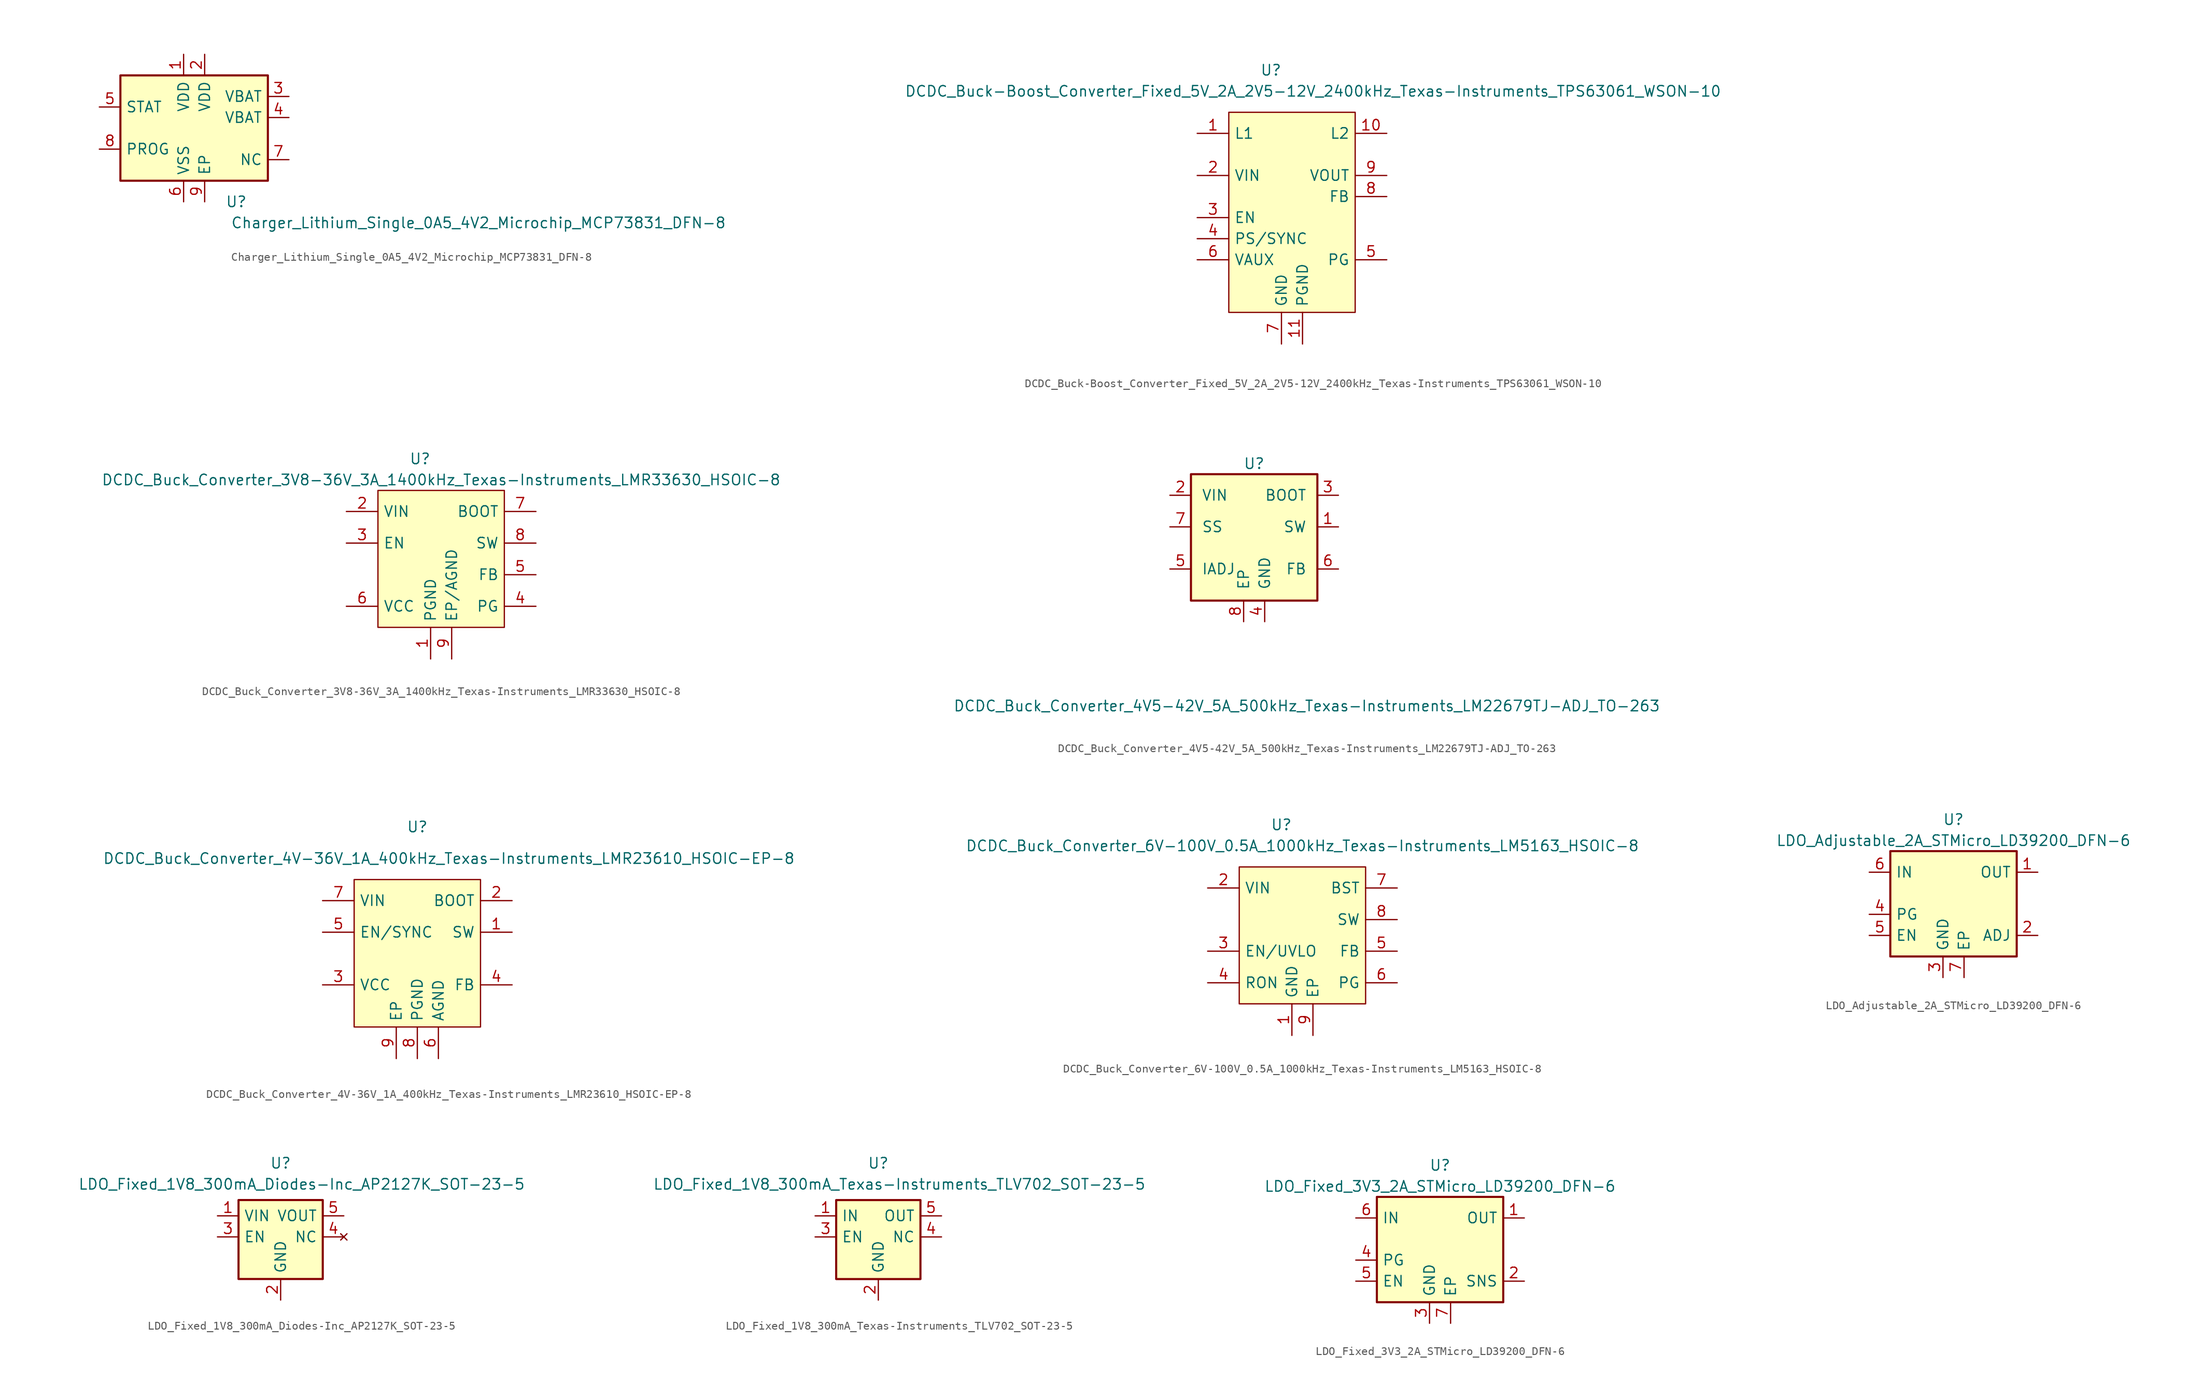
<source format=kicad_sym>
(kicad_symbol_lib
  (version 20211014)
  (generator kicad_symbol_editor)
  (symbol "Charger_Lithium_Single_0A5_4V2_Microchip_MCP73831_DFN-8"
    (pin_names
      (offset 0.635))
    (property "Reference" "U"
      (at 5.08 -8.89 0)
      (effects (font (size 1.27 1.27))))
    (property "Value" "Charger_Lithium_Single_0A5_4V2_Microchip_MCP73831_DFN-8"
      (at 34.29 -11.43 0)
      (effects (font (size 1.27 1.27))))
    (symbol "Charger_Lithium_Single_0A5_4V2_Microchip_MCP73831_DFN-8_0_0"
      (pin passive line (at 1.27 8.89 270) (length 2.54) (name "VDD" (effects (font (size 1.27 1.27)))) (number "2" (effects (font (size 1.27 1.27)))))
      (pin passive line (at 11.43 1.27 180) (length 2.54) (name "VBAT" (effects (font (size 1.27 1.27)))) (number "4" (effects (font (size 1.27 1.27)))))
      (pin passive line (at 11.43 -3.81 180) (length 2.54) (name "NC" (effects (font (size 1.27 1.27)))) (number "7" (effects (font (size 1.27 1.27)))))
      (pin passive line (at 1.27 -8.89 90) (length 2.54) (name "EP" (effects (font (size 1.27 1.27)))) (number "9" (effects (font (size 1.27 1.27))))))
    (symbol "Charger_Lithium_Single_0A5_4V2_Microchip_MCP73831_DFN-8_1_1"
      (rectangle (start -8.89 6.35) (end 8.89 -6.35) (stroke (width 0.254) (type default) (color 0 0 0 0)) (fill (type background)))
      (pin power_in line (at -1.27 8.89 270) (length 2.54) (name "VDD" (effects (font (size 1.27 1.27)))) (number "1" (effects (font (size 1.27 1.27)))))
      (pin power_out line (at 11.43 3.81 180) (length 2.54) (name "VBAT" (effects (font (size 1.27 1.27)))) (number "3" (effects (font (size 1.27 1.27)))))
      (pin output line (at -11.43 2.54 0) (length 2.54) (name "STAT" (effects (font (size 1.27 1.27)))) (number "5" (effects (font (size 1.27 1.27)))))
      (pin power_in line (at -1.27 -8.89 90) (length 2.54) (name "VSS" (effects (font (size 1.27 1.27)))) (number "6" (effects (font (size 1.27 1.27)))))
      (pin passive line (at -11.43 -2.54 0) (length 2.54) (name "PROG" (effects (font (size 1.27 1.27)))) (number "8" (effects (font (size 1.27 1.27)))))))
  (symbol "DCDC_Buck-Boost_Converter_Fixed_5V_2A_2V5-12V_2400kHz_Texas-Instruments_TPS63061_WSON-10"
    (pin_names
      (offset 0.635))
    (property "Reference" "U"
      (at -2.54 16.51 0)
      (effects (font (size 1.27 1.27))))
    (property "Value" "DCDC_Buck-Boost_Converter_Fixed_5V_2A_2V5-12V_2400kHz_Texas-Instruments_TPS63061_WSON-10"
      (at 2.54 13.97 0)
      (effects (font (size 1.27 1.27))))
    (symbol "DCDC_Buck-Boost_Converter_Fixed_5V_2A_2V5-12V_2400kHz_Texas-Instruments_TPS63061_WSON-10_0_0"
      (pin input line (at -11.43 8.89 0) (length 3.81) (name "L1" (effects (font (size 1.27 1.27)))) (number "1" (effects (font (size 1.27 1.27)))))
      (pin input line (at 11.43 8.89 180) (length 3.81) (name "L2" (effects (font (size 1.27 1.27)))) (number "10" (effects (font (size 1.27 1.27)))))
      (pin input line (at 1.27 -16.51 90) (length 3.81) (name "PGND" (effects (font (size 1.27 1.27)))) (number "11" (effects (font (size 1.27 1.27)))))
      (pin power_in line (at -11.43 3.81 0) (length 3.81) (name "VIN" (effects (font (size 1.27 1.27)))) (number "2" (effects (font (size 1.27 1.27)))))
      (pin input line (at -11.43 -1.27 0) (length 3.81) (name "EN" (effects (font (size 1.27 1.27)))) (number "3" (effects (font (size 1.27 1.27)))))
      (pin input line (at -11.43 -3.81 0) (length 3.81) (name "PS/SYNC" (effects (font (size 1.27 1.27)))) (number "4" (effects (font (size 1.27 1.27)))))
      (pin open_collector line (at 11.43 -6.35 180) (length 3.81) (name "PG" (effects (font (size 1.27 1.27)))) (number "5" (effects (font (size 1.27 1.27)))))
      (pin power_out line (at -11.43 -6.35 0) (length 3.81) (name "VAUX" (effects (font (size 1.27 1.27)))) (number "6" (effects (font (size 1.27 1.27)))))
      (pin power_in line (at -1.27 -16.51 90) (length 3.81) (name "GND" (effects (font (size 1.27 1.27)))) (number "7" (effects (font (size 1.27 1.27)))))
      (pin input line (at 11.43 1.27 180) (length 3.81) (name "FB" (effects (font (size 1.27 1.27)))) (number "8" (effects (font (size 1.27 1.27)))))
      (pin power_out line (at 11.43 3.81 180) (length 3.81) (name "VOUT" (effects (font (size 1.27 1.27)))) (number "9" (effects (font (size 1.27 1.27))))))
    (symbol "DCDC_Buck-Boost_Converter_Fixed_5V_2A_2V5-12V_2400kHz_Texas-Instruments_TPS63061_WSON-10_0_1"
      (rectangle (start -7.62 11.43) (end 7.62 -12.7) (stroke (width 0) (type default) (color 0 0 0 0)) (fill (type background)))))
  (symbol "DCDC_Buck_Converter_3V8-36V_3A_1400kHz_Texas-Instruments_LMR33630_HSOIC-8"
    (pin_names
      (offset 0.635))
    (property "Reference" "U"
      (at -2.54 12.7 0)
      (effects (font (size 1.27 1.27))))
    (property "Value" "DCDC_Buck_Converter_3V8-36V_3A_1400kHz_Texas-Instruments_LMR33630_HSOIC-8"
      (at 0 10.16 0)
      (effects (font (size 1.27 1.27))))
    (symbol "DCDC_Buck_Converter_3V8-36V_3A_1400kHz_Texas-Instruments_LMR33630_HSOIC-8_0_0"
      (pin power_in line (at -1.27 -11.43 90) (length 3.81) (name "PGND" (effects (font (size 1.27 1.27)))) (number "1" (effects (font (size 1.27 1.27)))))
      (pin power_in line (at -11.43 6.35 0) (length 3.81) (name "VIN" (effects (font (size 1.27 1.27)))) (number "2" (effects (font (size 1.27 1.27)))))
      (pin input line (at -11.43 2.54 0) (length 3.81) (name "EN" (effects (font (size 1.27 1.27)))) (number "3" (effects (font (size 1.27 1.27)))))
      (pin open_collector line (at 11.43 -5.08 180) (length 3.81) (name "PG" (effects (font (size 1.27 1.27)))) (number "4" (effects (font (size 1.27 1.27)))))
      (pin input line (at 11.43 -1.27 180) (length 3.81) (name "FB" (effects (font (size 1.27 1.27)))) (number "5" (effects (font (size 1.27 1.27)))))
      (pin power_out line (at -11.43 -5.08 0) (length 3.81) (name "VCC" (effects (font (size 1.27 1.27)))) (number "6" (effects (font (size 1.27 1.27)))))
      (pin passive line (at 11.43 6.35 180) (length 3.81) (name "BOOT" (effects (font (size 1.27 1.27)))) (number "7" (effects (font (size 1.27 1.27)))))
      (pin output line (at 11.43 2.54 180) (length 3.81) (name "SW" (effects (font (size 1.27 1.27)))) (number "8" (effects (font (size 1.27 1.27)))))
      (pin power_in line (at 1.27 -11.43 90) (length 3.81) (name "EP/AGND" (effects (font (size 1.27 1.27)))) (number "9" (effects (font (size 1.27 1.27))))))
    (symbol "DCDC_Buck_Converter_3V8-36V_3A_1400kHz_Texas-Instruments_LMR33630_HSOIC-8_0_1"
      (rectangle (start -7.62 8.89) (end 7.62 -7.62) (stroke (width 0) (type default) (color 0 0 0 0)) (fill (type background)))))
  (symbol "DCDC_Buck_Converter_4V5-42V_5A_500kHz_Texas-Instruments_LM22679TJ-ADJ_TO-263"
    (pin_names
      (offset 1.27))
    (property "Reference" "U"
      (at 0 8.89 0)
      (effects (font (size 1.27 1.27))))
    (property "Value" "DCDC_Buck_Converter_4V5-42V_5A_500kHz_Texas-Instruments_LM22679TJ-ADJ_TO-263"
      (at 6.35 -20.32 0)
      (effects (font (size 1.27 1.27))))
    (symbol "DCDC_Buck_Converter_4V5-42V_5A_500kHz_Texas-Instruments_LM22679TJ-ADJ_TO-263_1_1"
      (rectangle (start -7.62 7.62) (end 7.62 -7.62) (stroke (width 0.254) (type default) (color 0 0 0 0)) (fill (type background)))
      (pin power_out line (at 10.16 1.27 180) (length 2.54) (name "SW" (effects (font (size 1.27 1.27)))) (number "1" (effects (font (size 1.27 1.27)))))
      (pin power_in line (at -10.16 5.08 0) (length 2.54) (name "VIN" (effects (font (size 1.27 1.27)))) (number "2" (effects (font (size 1.27 1.27)))))
      (pin input line (at 10.16 5.08 180) (length 2.54) (name "BOOT" (effects (font (size 1.27 1.27)))) (number "3" (effects (font (size 1.27 1.27)))))
      (pin power_in line (at 1.27 -10.16 90) (length 2.54) (name "GND" (effects (font (size 1.27 1.27)))) (number "4" (effects (font (size 1.27 1.27)))))
      (pin input line (at -10.16 -3.81 0) (length 2.54) (name "IADJ" (effects (font (size 1.27 1.27)))) (number "5" (effects (font (size 1.27 1.27)))))
      (pin input line (at 10.16 -3.81 180) (length 2.54) (name "FB" (effects (font (size 1.27 1.27)))) (number "6" (effects (font (size 1.27 1.27)))))
      (pin input line (at -10.16 1.27 0) (length 2.54) (name "SS" (effects (font (size 1.27 1.27)))) (number "7" (effects (font (size 1.27 1.27)))))
      (pin power_in line (at -1.27 -10.16 90) (length 2.54) (name "EP" (effects (font (size 1.27 1.27)))) (number "8" (effects (font (size 1.27 1.27)))))))
  (symbol "DCDC_Buck_Converter_4V-36V_1A_400kHz_Texas-Instruments_LMR23610_HSOIC-EP-8"
    (pin_names
      (offset 0.635))
    (property "Reference" "U"
      (at 0 15.24 0)
      (effects (font (size 1.27 1.27))))
    (property "Value" "DCDC_Buck_Converter_4V-36V_1A_400kHz_Texas-Instruments_LMR23610_HSOIC-EP-8"
      (at 3.81 11.43 0)
      (effects (font (size 1.27 1.27))))
    (symbol "DCDC_Buck_Converter_4V-36V_1A_400kHz_Texas-Instruments_LMR23610_HSOIC-EP-8_1_1"
      (rectangle (start -7.62 8.89) (end 7.62 -8.89) (stroke (width 0) (type default) (color 0 0 0 0)) (fill (type background)))
      (pin output line (at 11.43 2.54 180) (length 3.81) (name "SW" (effects (font (size 1.27 1.27)))) (number "1" (effects (font (size 1.27 1.27)))))
      (pin passive line (at 11.43 6.35 180) (length 3.81) (name "BOOT" (effects (font (size 1.27 1.27)))) (number "2" (effects (font (size 1.27 1.27)))))
      (pin power_out line (at -11.43 -3.81 0) (length 3.81) (name "VCC" (effects (font (size 1.27 1.27)))) (number "3" (effects (font (size 1.27 1.27)))))
      (pin input line (at 11.43 -3.81 180) (length 3.81) (name "FB" (effects (font (size 1.27 1.27)))) (number "4" (effects (font (size 1.27 1.27)))))
      (pin input line (at -11.43 2.54 0) (length 3.81) (name "EN/SYNC" (effects (font (size 1.27 1.27)))) (number "5" (effects (font (size 1.27 1.27)))))
      (pin power_in line (at 2.54 -12.7 90) (length 3.81) (name "AGND" (effects (font (size 1.27 1.27)))) (number "6" (effects (font (size 1.27 1.27)))))
      (pin power_in line (at -11.43 6.35 0) (length 3.81) (name "VIN" (effects (font (size 1.27 1.27)))) (number "7" (effects (font (size 1.27 1.27)))))
      (pin power_in line (at 0 -12.7 90) (length 3.81) (name "PGND" (effects (font (size 1.27 1.27)))) (number "8" (effects (font (size 1.27 1.27)))))
      (pin power_in line (at -2.54 -12.7 90) (length 3.81) (name "EP" (effects (font (size 1.27 1.27)))) (number "9" (effects (font (size 1.27 1.27)))))))
  (symbol "DCDC_Buck_Converter_6V-100V_0.5A_1000kHz_Texas-Instruments_LM5163_HSOIC-8"
    (pin_names
      (offset 0.635))
    (property "Reference" "U"
      (at -2.54 13.97 0)
      (effects (font (size 1.27 1.27))))
    (property "Value" "DCDC_Buck_Converter_6V-100V_0.5A_1000kHz_Texas-Instruments_LM5163_HSOIC-8"
      (at 0 11.43 0)
      (effects (font (size 1.27 1.27))))
    (symbol "DCDC_Buck_Converter_6V-100V_0.5A_1000kHz_Texas-Instruments_LM5163_HSOIC-8_0_0"
      (pin power_in line (at -1.27 -11.43 90) (length 3.81) (name "GND" (effects (font (size 1.27 1.27)))) (number "1" (effects (font (size 1.27 1.27)))))
      (pin power_in line (at -11.43 6.35 0) (length 3.81) (name "VIN" (effects (font (size 1.27 1.27)))) (number "2" (effects (font (size 1.27 1.27)))))
      (pin input line (at -11.43 -1.27 0) (length 3.81) (name "EN/UVLO" (effects (font (size 1.27 1.27)))) (number "3" (effects (font (size 1.27 1.27)))))
      (pin input line (at -11.43 -5.08 0) (length 3.81) (name "RON" (effects (font (size 1.27 1.27)))) (number "4" (effects (font (size 1.27 1.27)))))
      (pin input line (at 11.43 -1.27 180) (length 3.81) (name "FB" (effects (font (size 1.27 1.27)))) (number "5" (effects (font (size 1.27 1.27)))))
      (pin open_collector line (at 11.43 -5.08 180) (length 3.81) (name "PG" (effects (font (size 1.27 1.27)))) (number "6" (effects (font (size 1.27 1.27)))))
      (pin power_out line (at 11.43 6.35 180) (length 3.81) (name "BST" (effects (font (size 1.27 1.27)))) (number "7" (effects (font (size 1.27 1.27)))))
      (pin output line (at 11.43 2.54 180) (length 3.81) (name "SW" (effects (font (size 1.27 1.27)))) (number "8" (effects (font (size 1.27 1.27)))))
      (pin passive line (at 1.27 -11.43 90) (length 3.81) (name "EP" (effects (font (size 1.27 1.27)))) (number "9" (effects (font (size 1.27 1.27))))))
    (symbol "DCDC_Buck_Converter_6V-100V_0.5A_1000kHz_Texas-Instruments_LM5163_HSOIC-8_0_1"
      (rectangle (start -7.62 8.89) (end 7.62 -7.62) (stroke (width 0) (type default) (color 0 0 0 0)) (fill (type background)))))
  (symbol "LDO_Adjustable_2A_STMicro_LD39200_DFN-6"
    (pin_names
      (offset 0.635))
    (property "Reference" "U"
      (at 0 10.16 0)
      (effects (font (size 1.27 1.27))))
    (property "Value" "LDO_Adjustable_2A_STMicro_LD39200_DFN-6"
      (at 0 7.62 0)
      (effects (font (size 1.27 1.27))))
    (symbol "LDO_Adjustable_2A_STMicro_LD39200_DFN-6_0_0"
      (pin output line (at -10.16 -1.27 0) (length 2.54) (name "PG" (effects (font (size 1.27 1.27)))) (number "4" (effects (font (size 1.27 1.27)))))
      (pin power_in line (at 1.27 -8.89 90) (length 2.54) (name "EP" (effects (font (size 1.27 1.27)))) (number "7" (effects (font (size 1.27 1.27))))))
    (symbol "LDO_Adjustable_2A_STMicro_LD39200_DFN-6_0_1"
      (rectangle (start 7.62 -6.35) (end -7.62 6.35) (stroke (width 0.254) (type default) (color 0 0 0 0)) (fill (type background))))
    (symbol "LDO_Adjustable_2A_STMicro_LD39200_DFN-6_1_1"
      (pin power_out line (at 10.16 3.81 180) (length 2.54) (name "OUT" (effects (font (size 1.27 1.27)))) (number "1" (effects (font (size 1.27 1.27)))))
      (pin input line (at 10.16 -3.81 180) (length 2.54) (name "ADJ" (effects (font (size 1.27 1.27)))) (number "2" (effects (font (size 1.27 1.27)))))
      (pin power_in line (at -1.27 -8.89 90) (length 2.54) (name "GND" (effects (font (size 1.27 1.27)))) (number "3" (effects (font (size 1.27 1.27)))))
      (pin input line (at -10.16 -3.81 0) (length 2.54) (name "EN" (effects (font (size 1.27 1.27)))) (number "5" (effects (font (size 1.27 1.27)))))
      (pin power_in line (at -10.16 3.81 0) (length 2.54) (name "IN" (effects (font (size 1.27 1.27)))) (number "6" (effects (font (size 1.27 1.27)))))))
  (symbol "LDO_Fixed_1V8_300mA_Diodes-Inc_AP2127K_SOT-23-5"
    (pin_names
      (offset 0.635))
    (property "Reference" "U"
      (at 0 8.89 0)
      (effects (font (size 1.27 1.27))))
    (property "Value" "LDO_Fixed_1V8_300mA_Diodes-Inc_AP2127K_SOT-23-5"
      (at 2.54 6.35 0)
      (effects (font (size 1.27 1.27))))
    (symbol "LDO_Fixed_1V8_300mA_Diodes-Inc_AP2127K_SOT-23-5_1_1"
      (rectangle (start -5.08 4.445) (end 5.08 -5.08) (stroke (width 0.254) (type default) (color 0 0 0 0)) (fill (type background)))
      (pin power_in line (at -7.62 2.54 0) (length 2.54) (name "VIN" (effects (font (size 1.27 1.27)))) (number "1" (effects (font (size 1.27 1.27)))))
      (pin power_in line (at 0 -7.62 90) (length 2.54) (name "GND" (effects (font (size 1.27 1.27)))) (number "2" (effects (font (size 1.27 1.27)))))
      (pin input line (at -7.62 0 0) (length 2.54) (name "EN" (effects (font (size 1.27 1.27)))) (number "3" (effects (font (size 1.27 1.27)))))
      (pin no_connect line (at 7.62 0 180) (length 2.54) (name "NC" (effects (font (size 1.27 1.27)))) (number "4" (effects (font (size 1.27 1.27)))))
      (pin power_out line (at 7.62 2.54 180) (length 2.54) (name "VOUT" (effects (font (size 1.27 1.27)))) (number "5" (effects (font (size 1.27 1.27)))))))
  (symbol "LDO_Fixed_1V8_300mA_Texas-Instruments_TLV702_SOT-23-5"
    (pin_names
      (offset 0.635))
    (property "Reference" "U"
      (at 0 8.89 0)
      (effects (font (size 1.27 1.27))))
    (property "Value" "LDO_Fixed_1V8_300mA_Texas-Instruments_TLV702_SOT-23-5"
      (at 2.54 6.35 0)
      (effects (font (size 1.27 1.27))))
    (symbol "LDO_Fixed_1V8_300mA_Texas-Instruments_TLV702_SOT-23-5_1_1"
      (rectangle (start -5.08 4.445) (end 5.08 -5.08) (stroke (width 0.254) (type default) (color 0 0 0 0)) (fill (type background)))
      (pin power_in line (at -7.62 2.54 0) (length 2.54) (name "IN" (effects (font (size 1.27 1.27)))) (number "1" (effects (font (size 1.27 1.27)))))
      (pin power_in line (at 0 -7.62 90) (length 2.54) (name "GND" (effects (font (size 1.27 1.27)))) (number "2" (effects (font (size 1.27 1.27)))))
      (pin input line (at -7.62 0 0) (length 2.54) (name "EN" (effects (font (size 1.27 1.27)))) (number "3" (effects (font (size 1.27 1.27)))))
      (pin passive line (at 7.62 0 180) (length 2.54) (name "NC" (effects (font (size 1.27 1.27)))) (number "4" (effects (font (size 1.27 1.27)))))
      (pin power_out line (at 7.62 2.54 180) (length 2.54) (name "OUT" (effects (font (size 1.27 1.27)))) (number "5" (effects (font (size 1.27 1.27)))))))
  (symbol "LDO_Fixed_3V3_2A_STMicro_LD39200_DFN-6"
    (pin_names
      (offset 0.635))
    (property "Reference" "U"
      (at 0 10.16 0)
      (effects (font (size 1.27 1.27))))
    (property "Value" "LDO_Fixed_3V3_2A_STMicro_LD39200_DFN-6"
      (at 0 7.62 0)
      (effects (font (size 1.27 1.27))))
    (symbol "LDO_Fixed_3V3_2A_STMicro_LD39200_DFN-6_0_0"
      (pin output line (at -10.16 -1.27 0) (length 2.54) (name "PG" (effects (font (size 1.27 1.27)))) (number "4" (effects (font (size 1.27 1.27)))))
      (pin power_in line (at 1.27 -8.89 90) (length 2.54) (name "EP" (effects (font (size 1.27 1.27)))) (number "7" (effects (font (size 1.27 1.27))))))
    (symbol "LDO_Fixed_3V3_2A_STMicro_LD39200_DFN-6_0_1"
      (rectangle (start 7.62 -6.35) (end -7.62 6.35) (stroke (width 0.254) (type default) (color 0 0 0 0)) (fill (type background))))
    (symbol "LDO_Fixed_3V3_2A_STMicro_LD39200_DFN-6_1_1"
      (pin power_out line (at 10.16 3.81 180) (length 2.54) (name "OUT" (effects (font (size 1.27 1.27)))) (number "1" (effects (font (size 1.27 1.27)))))
      (pin input line (at 10.16 -3.81 180) (length 2.54) (name "SNS" (effects (font (size 1.27 1.27)))) (number "2" (effects (font (size 1.27 1.27)))))
      (pin power_in line (at -1.27 -8.89 90) (length 2.54) (name "GND" (effects (font (size 1.27 1.27)))) (number "3" (effects (font (size 1.27 1.27)))))
      (pin input line (at -10.16 -3.81 0) (length 2.54) (name "EN" (effects (font (size 1.27 1.27)))) (number "5" (effects (font (size 1.27 1.27)))))
      (pin power_in line (at -10.16 3.81 0) (length 2.54) (name "IN" (effects (font (size 1.27 1.27)))) (number "6" (effects (font (size 1.27 1.27))))))))
</source>
